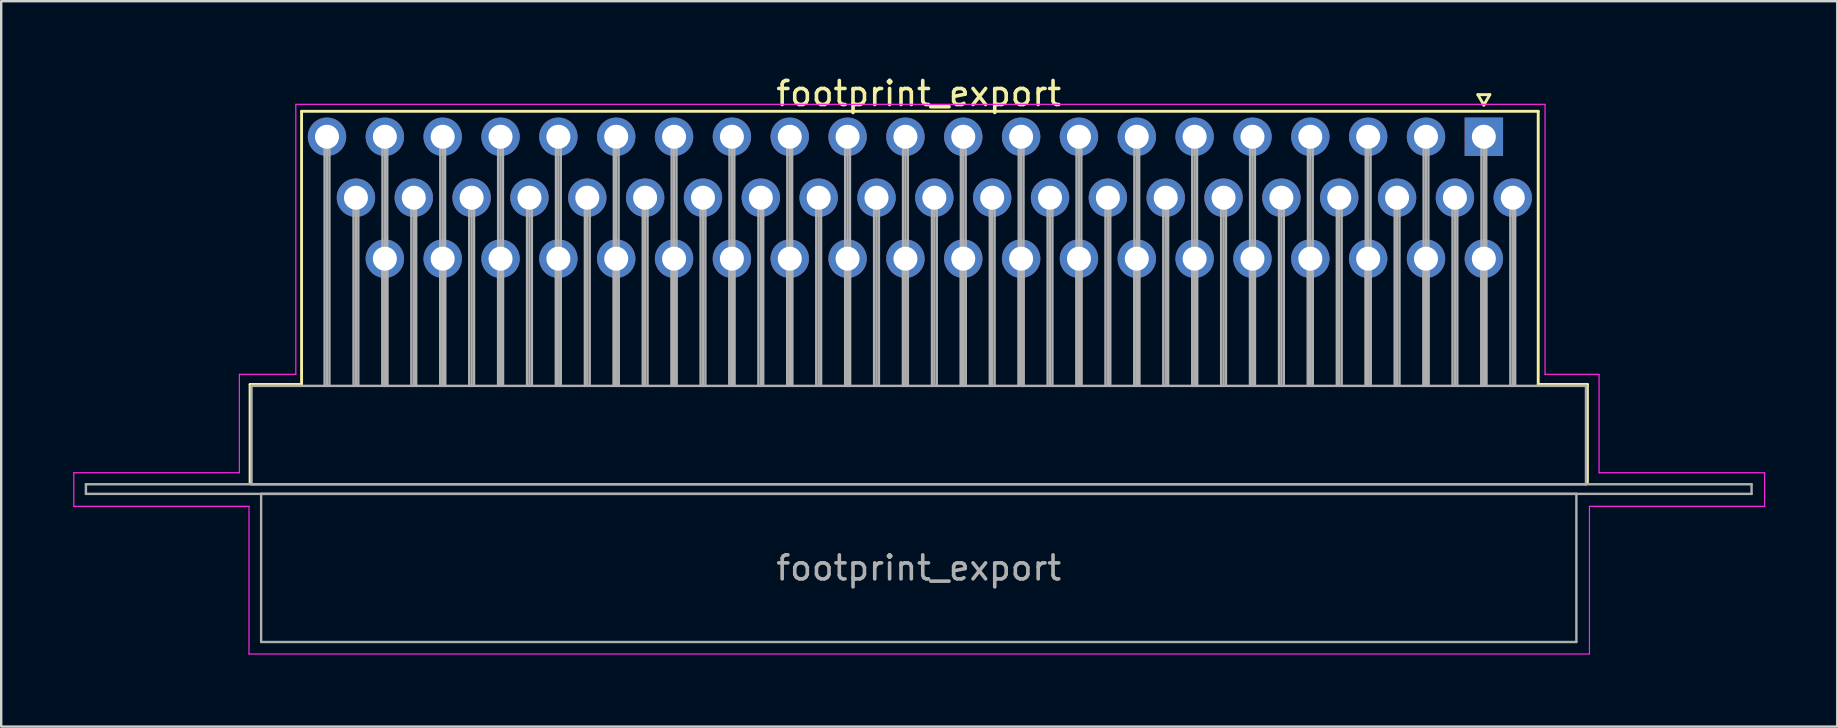
<source format=kicad_pcb>
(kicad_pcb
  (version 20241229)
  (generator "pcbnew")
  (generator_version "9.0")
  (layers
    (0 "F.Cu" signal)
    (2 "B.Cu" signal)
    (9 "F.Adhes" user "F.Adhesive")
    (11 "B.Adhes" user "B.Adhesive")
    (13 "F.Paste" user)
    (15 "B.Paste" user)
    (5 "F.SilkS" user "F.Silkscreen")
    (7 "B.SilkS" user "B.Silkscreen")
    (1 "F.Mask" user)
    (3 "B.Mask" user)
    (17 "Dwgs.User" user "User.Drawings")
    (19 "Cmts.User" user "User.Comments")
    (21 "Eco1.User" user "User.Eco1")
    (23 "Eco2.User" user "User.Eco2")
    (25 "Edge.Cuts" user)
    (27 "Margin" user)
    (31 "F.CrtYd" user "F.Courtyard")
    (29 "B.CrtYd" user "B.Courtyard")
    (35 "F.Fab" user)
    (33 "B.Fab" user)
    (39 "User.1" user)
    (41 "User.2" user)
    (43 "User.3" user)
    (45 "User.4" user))
  (footprint "footprint_export"
    (layer "F.Cu")
    (at 58.775 2.648)
    (property "Reference" "footprint_export" (at -23.545 -1.8 0) (layer "F.SilkS") (effects (font (size 1 1) (thickness 0.15))))
    (attr through_hole)
    (fp_line (start -51.405 10.32) (end -49.26 10.32) (stroke (width 0.12) (type solid)) (layer "F.SilkS"))
    (fp_line (start -51.405 14.42) (end -51.405 10.32) (stroke (width 0.12) (type solid)) (layer "F.SilkS"))
    (fp_line (start -49.26 -1.06) (end 2.265 -1.06) (stroke (width 0.12) (type solid)) (layer "F.SilkS"))
    (fp_line (start -49.26 10.32) (end -49.26 -1.06) (stroke (width 0.12) (type solid)) (layer "F.SilkS"))
    (fp_line (start -0.25 -1.754) (end 0.25 -1.754) (stroke (width 0.12) (type solid)) (layer "F.SilkS"))
    (fp_line (start 0 -1.321) (end -0.25 -1.754) (stroke (width 0.12) (type solid)) (layer "F.SilkS"))
    (fp_line (start 0.25 -1.754) (end 0 -1.321) (stroke (width 0.12) (type solid)) (layer "F.SilkS"))
    (fp_line (start 2.265 -1.06) (end 2.265 10.32) (stroke (width 0.12) (type solid)) (layer "F.SilkS"))
    (fp_line (start 2.265 10.32) (end 4.315 10.32) (stroke (width 0.12) (type solid)) (layer "F.SilkS"))
    (fp_line (start 4.315 10.32) (end 4.315 14.42) (stroke (width 0.12) (type solid)) (layer "F.SilkS"))
    (fp_line (start -58.75 14) (end -51.85 14) (stroke (width 0.05) (type solid)) (layer "F.CrtYd"))
    (fp_line (start -58.75 15.4) (end -58.75 14) (stroke (width 0.05) (type solid)) (layer "F.CrtYd"))
    (fp_line (start -51.85 9.9) (end -49.5 9.9) (stroke (width 0.05) (type solid)) (layer "F.CrtYd"))
    (fp_line (start -51.85 14) (end -51.85 9.9) (stroke (width 0.05) (type solid)) (layer "F.CrtYd"))
    (fp_line (start -51.45 15.4) (end -58.75 15.4) (stroke (width 0.05) (type solid)) (layer "F.CrtYd"))
    (fp_line (start -51.45 21.55) (end -51.45 15.4) (stroke (width 0.05) (type solid)) (layer "F.CrtYd"))
    (fp_line (start -49.5 -1.35) (end 2.55 -1.35) (stroke (width 0.05) (type solid)) (layer "F.CrtYd"))
    (fp_line (start -49.5 9.9) (end -49.5 -1.35) (stroke (width 0.05) (type solid)) (layer "F.CrtYd"))
    (fp_line (start 2.55 -1.35) (end 2.55 9.9) (stroke (width 0.05) (type solid)) (layer "F.CrtYd"))
    (fp_line (start 2.55 9.9) (end 4.8 9.9) (stroke (width 0.05) (type solid)) (layer "F.CrtYd"))
    (fp_line (start 4.4 15.4) (end 4.4 21.55) (stroke (width 0.05) (type solid)) (layer "F.CrtYd"))
    (fp_line (start 4.4 21.55) (end -51.45 21.55) (stroke (width 0.05) (type solid)) (layer "F.CrtYd"))
    (fp_line (start 4.8 9.9) (end 4.8 14) (stroke (width 0.05) (type solid)) (layer "F.CrtYd"))
    (fp_line (start 4.8 14) (end 11.7 14) (stroke (width 0.05) (type solid)) (layer "F.CrtYd"))
    (fp_line (start 11.7 14) (end 11.7 15.4) (stroke (width 0.05) (type solid)) (layer "F.CrtYd"))
    (fp_line (start 11.7 15.4) (end 4.4 15.4) (stroke (width 0.05) (type solid)) (layer "F.CrtYd"))
    (fp_line (start -58.245 14.48) (end -58.245 14.88) (stroke (width 0.1) (type solid)) (layer "F.Fab"))
    (fp_line (start -58.245 14.88) (end 11.155 14.88) (stroke (width 0.1) (type solid)) (layer "F.Fab"))
    (fp_line (start -51.345 10.38) (end -51.345 14.48) (stroke (width 0.1) (type solid)) (layer "F.Fab"))
    (fp_line (start -51.345 14.48) (end 4.255 14.48) (stroke (width 0.1) (type solid)) (layer "F.Fab"))
    (fp_line (start -50.945 14.88) (end -50.945 21.05) (stroke (width 0.1) (type solid)) (layer "F.Fab"))
    (fp_line (start -50.945 21.05) (end 3.855 21.05) (stroke (width 0.1) (type solid)) (layer "F.Fab"))
    (fp_line (start -48.3 0) (end -48.3 10.38) (stroke (width 0.1) (type solid)) (layer "F.Fab"))
    (fp_line (start -48.2 0) (end -48.2 10.38) (stroke (width 0.1) (type solid)) (layer "F.Fab"))
    (fp_line (start -48.1 0) (end -48.1 10.38) (stroke (width 0.1) (type solid)) (layer "F.Fab"))
    (fp_line (start -47.095 2.54) (end -47.095 10.38) (stroke (width 0.1) (type solid)) (layer "F.Fab"))
    (fp_line (start -46.995 2.54) (end -46.995 10.38) (stroke (width 0.1) (type solid)) (layer "F.Fab"))
    (fp_line (start -46.895 2.54) (end -46.895 10.38) (stroke (width 0.1) (type solid)) (layer "F.Fab"))
    (fp_line (start -45.89 0) (end -45.89 10.38) (stroke (width 0.1) (type solid)) (layer "F.Fab"))
    (fp_line (start -45.89 5.08) (end -45.89 10.38) (stroke (width 0.1) (type solid)) (layer "F.Fab"))
    (fp_line (start -45.79 0) (end -45.79 10.38) (stroke (width 0.1) (type solid)) (layer "F.Fab"))
    (fp_line (start -45.79 5.08) (end -45.79 10.38) (stroke (width 0.1) (type solid)) (layer "F.Fab"))
    (fp_line (start -45.69 0) (end -45.69 10.38) (stroke (width 0.1) (type solid)) (layer "F.Fab"))
    (fp_line (start -45.69 5.08) (end -45.69 10.38) (stroke (width 0.1) (type solid)) (layer "F.Fab"))
    (fp_line (start -44.685 2.54) (end -44.685 10.38) (stroke (width 0.1) (type solid)) (layer "F.Fab"))
    (fp_line (start -44.585 2.54) (end -44.585 10.38) (stroke (width 0.1) (type solid)) (layer "F.Fab"))
    (fp_line (start -44.485 2.54) (end -44.485 10.38) (stroke (width 0.1) (type solid)) (layer "F.Fab"))
    (fp_line (start -43.48 0) (end -43.48 10.38) (stroke (width 0.1) (type solid)) (layer "F.Fab"))
    (fp_line (start -43.48 5.08) (end -43.48 10.38) (stroke (width 0.1) (type solid)) (layer "F.Fab"))
    (fp_line (start -43.38 0) (end -43.38 10.38) (stroke (width 0.1) (type solid)) (layer "F.Fab"))
    (fp_line (start -43.38 5.08) (end -43.38 10.38) (stroke (width 0.1) (type solid)) (layer "F.Fab"))
    (fp_line (start -43.28 0) (end -43.28 10.38) (stroke (width 0.1) (type solid)) (layer "F.Fab"))
    (fp_line (start -43.28 5.08) (end -43.28 10.38) (stroke (width 0.1) (type solid)) (layer "F.Fab"))
    (fp_line (start -42.275 2.54) (end -42.275 10.38) (stroke (width 0.1) (type solid)) (layer "F.Fab"))
    (fp_line (start -42.175 2.54) (end -42.175 10.38) (stroke (width 0.1) (type solid)) (layer "F.Fab"))
    (fp_line (start -42.075 2.54) (end -42.075 10.38) (stroke (width 0.1) (type solid)) (layer "F.Fab"))
    (fp_line (start -41.07 0) (end -41.07 10.38) (stroke (width 0.1) (type solid)) (layer "F.Fab"))
    (fp_line (start -41.07 5.08) (end -41.07 10.38) (stroke (width 0.1) (type solid)) (layer "F.Fab"))
    (fp_line (start -40.97 0) (end -40.97 10.38) (stroke (width 0.1) (type solid)) (layer "F.Fab"))
    (fp_line (start -40.97 5.08) (end -40.97 10.38) (stroke (width 0.1) (type solid)) (layer "F.Fab"))
    (fp_line (start -40.87 0) (end -40.87 10.38) (stroke (width 0.1) (type solid)) (layer "F.Fab"))
    (fp_line (start -40.87 5.08) (end -40.87 10.38) (stroke (width 0.1) (type solid)) (layer "F.Fab"))
    (fp_line (start -39.865 2.54) (end -39.865 10.38) (stroke (width 0.1) (type solid)) (layer "F.Fab"))
    (fp_line (start -39.765 2.54) (end -39.765 10.38) (stroke (width 0.1) (type solid)) (layer "F.Fab"))
    (fp_line (start -39.665 2.54) (end -39.665 10.38) (stroke (width 0.1) (type solid)) (layer "F.Fab"))
    (fp_line (start -38.66 0) (end -38.66 10.38) (stroke (width 0.1) (type solid)) (layer "F.Fab"))
    (fp_line (start -38.66 5.08) (end -38.66 10.38) (stroke (width 0.1) (type solid)) (layer "F.Fab"))
    (fp_line (start -38.56 0) (end -38.56 10.38) (stroke (width 0.1) (type solid)) (layer "F.Fab"))
    (fp_line (start -38.56 5.08) (end -38.56 10.38) (stroke (width 0.1) (type solid)) (layer "F.Fab"))
    (fp_line (start -38.46 0) (end -38.46 10.38) (stroke (width 0.1) (type solid)) (layer "F.Fab"))
    (fp_line (start -38.46 5.08) (end -38.46 10.38) (stroke (width 0.1) (type solid)) (layer "F.Fab"))
    (fp_line (start -37.455 2.54) (end -37.455 10.38) (stroke (width 0.1) (type solid)) (layer "F.Fab"))
    (fp_line (start -37.355 2.54) (end -37.355 10.38) (stroke (width 0.1) (type solid)) (layer "F.Fab"))
    (fp_line (start -37.255 2.54) (end -37.255 10.38) (stroke (width 0.1) (type solid)) (layer "F.Fab"))
    (fp_line (start -36.25 0) (end -36.25 10.38) (stroke (width 0.1) (type solid)) (layer "F.Fab"))
    (fp_line (start -36.25 5.08) (end -36.25 10.38) (stroke (width 0.1) (type solid)) (layer "F.Fab"))
    (fp_line (start -36.15 0) (end -36.15 10.38) (stroke (width 0.1) (type solid)) (layer "F.Fab"))
    (fp_line (start -36.15 5.08) (end -36.15 10.38) (stroke (width 0.1) (type solid)) (layer "F.Fab"))
    (fp_line (start -36.05 0) (end -36.05 10.38) (stroke (width 0.1) (type solid)) (layer "F.Fab"))
    (fp_line (start -36.05 5.08) (end -36.05 10.38) (stroke (width 0.1) (type solid)) (layer "F.Fab"))
    (fp_line (start -35.045 2.54) (end -35.045 10.38) (stroke (width 0.1) (type solid)) (layer "F.Fab"))
    (fp_line (start -34.945 2.54) (end -34.945 10.38) (stroke (width 0.1) (type solid)) (layer "F.Fab"))
    (fp_line (start -34.845 2.54) (end -34.845 10.38) (stroke (width 0.1) (type solid)) (layer "F.Fab"))
    (fp_line (start -33.84 0) (end -33.84 10.38) (stroke (width 0.1) (type solid)) (layer "F.Fab"))
    (fp_line (start -33.84 5.08) (end -33.84 10.38) (stroke (width 0.1) (type solid)) (layer "F.Fab"))
    (fp_line (start -33.74 0) (end -33.74 10.38) (stroke (width 0.1) (type solid)) (layer "F.Fab"))
    (fp_line (start -33.74 5.08) (end -33.74 10.38) (stroke (width 0.1) (type solid)) (layer "F.Fab"))
    (fp_line (start -33.64 0) (end -33.64 10.38) (stroke (width 0.1) (type solid)) (layer "F.Fab"))
    (fp_line (start -33.64 5.08) (end -33.64 10.38) (stroke (width 0.1) (type solid)) (layer "F.Fab"))
    (fp_line (start -32.635 2.54) (end -32.635 10.38) (stroke (width 0.1) (type solid)) (layer "F.Fab"))
    (fp_line (start -32.535 2.54) (end -32.535 10.38) (stroke (width 0.1) (type solid)) (layer "F.Fab"))
    (fp_line (start -32.435 2.54) (end -32.435 10.38) (stroke (width 0.1) (type solid)) (layer "F.Fab"))
    (fp_line (start -31.43 0) (end -31.43 10.38) (stroke (width 0.1) (type solid)) (layer "F.Fab"))
    (fp_line (start -31.43 5.08) (end -31.43 10.38) (stroke (width 0.1) (type solid)) (layer "F.Fab"))
    (fp_line (start -31.33 0) (end -31.33 10.38) (stroke (width 0.1) (type solid)) (layer "F.Fab"))
    (fp_line (start -31.33 5.08) (end -31.33 10.38) (stroke (width 0.1) (type solid)) (layer "F.Fab"))
    (fp_line (start -31.23 0) (end -31.23 10.38) (stroke (width 0.1) (type solid)) (layer "F.Fab"))
    (fp_line (start -31.23 5.08) (end -31.23 10.38) (stroke (width 0.1) (type solid)) (layer "F.Fab"))
    (fp_line (start -30.225 2.54) (end -30.225 10.38) (stroke (width 0.1) (type solid)) (layer "F.Fab"))
    (fp_line (start -30.125 2.54) (end -30.125 10.38) (stroke (width 0.1) (type solid)) (layer "F.Fab"))
    (fp_line (start -30.025 2.54) (end -30.025 10.38) (stroke (width 0.1) (type solid)) (layer "F.Fab"))
    (fp_line (start -29.02 0) (end -29.02 10.38) (stroke (width 0.1) (type solid)) (layer "F.Fab"))
    (fp_line (start -29.02 5.08) (end -29.02 10.38) (stroke (width 0.1) (type solid)) (layer "F.Fab"))
    (fp_line (start -28.92 0) (end -28.92 10.38) (stroke (width 0.1) (type solid)) (layer "F.Fab"))
    (fp_line (start -28.92 5.08) (end -28.92 10.38) (stroke (width 0.1) (type solid)) (layer "F.Fab"))
    (fp_line (start -28.82 0) (end -28.82 10.38) (stroke (width 0.1) (type solid)) (layer "F.Fab"))
    (fp_line (start -28.82 5.08) (end -28.82 10.38) (stroke (width 0.1) (type solid)) (layer "F.Fab"))
    (fp_line (start -27.815 2.54) (end -27.815 10.38) (stroke (width 0.1) (type solid)) (layer "F.Fab"))
    (fp_line (start -27.715 2.54) (end -27.715 10.38) (stroke (width 0.1) (type solid)) (layer "F.Fab"))
    (fp_line (start -27.615 2.54) (end -27.615 10.38) (stroke (width 0.1) (type solid)) (layer "F.Fab"))
    (fp_line (start -26.61 0) (end -26.61 10.38) (stroke (width 0.1) (type solid)) (layer "F.Fab"))
    (fp_line (start -26.61 5.08) (end -26.61 10.38) (stroke (width 0.1) (type solid)) (layer "F.Fab"))
    (fp_line (start -26.51 0) (end -26.51 10.38) (stroke (width 0.1) (type solid)) (layer "F.Fab"))
    (fp_line (start -26.51 5.08) (end -26.51 10.38) (stroke (width 0.1) (type solid)) (layer "F.Fab"))
    (fp_line (start -26.41 0) (end -26.41 10.38) (stroke (width 0.1) (type solid)) (layer "F.Fab"))
    (fp_line (start -26.41 5.08) (end -26.41 10.38) (stroke (width 0.1) (type solid)) (layer "F.Fab"))
    (fp_line (start -25.405 2.54) (end -25.405 10.38) (stroke (width 0.1) (type solid)) (layer "F.Fab"))
    (fp_line (start -25.305 2.54) (end -25.305 10.38) (stroke (width 0.1) (type solid)) (layer "F.Fab"))
    (fp_line (start -25.205 2.54) (end -25.205 10.38) (stroke (width 0.1) (type solid)) (layer "F.Fab"))
    (fp_line (start -24.2 0) (end -24.2 10.38) (stroke (width 0.1) (type solid)) (layer "F.Fab"))
    (fp_line (start -24.2 5.08) (end -24.2 10.38) (stroke (width 0.1) (type solid)) (layer "F.Fab"))
    (fp_line (start -24.1 0) (end -24.1 10.38) (stroke (width 0.1) (type solid)) (layer "F.Fab"))
    (fp_line (start -24.1 5.08) (end -24.1 10.38) (stroke (width 0.1) (type solid)) (layer "F.Fab"))
    (fp_line (start -24 0) (end -24 10.38) (stroke (width 0.1) (type solid)) (layer "F.Fab"))
    (fp_line (start -24 5.08) (end -24 10.38) (stroke (width 0.1) (type solid)) (layer "F.Fab"))
    (fp_line (start -22.995 2.54) (end -22.995 10.38) (stroke (width 0.1) (type solid)) (layer "F.Fab"))
    (fp_line (start -22.895 2.54) (end -22.895 10.38) (stroke (width 0.1) (type solid)) (layer "F.Fab"))
    (fp_line (start -22.795 2.54) (end -22.795 10.38) (stroke (width 0.1) (type solid)) (layer "F.Fab"))
    (fp_line (start -21.79 0) (end -21.79 10.38) (stroke (width 0.1) (type solid)) (layer "F.Fab"))
    (fp_line (start -21.79 5.08) (end -21.79 10.38) (stroke (width 0.1) (type solid)) (layer "F.Fab"))
    (fp_line (start -21.69 0) (end -21.69 10.38) (stroke (width 0.1) (type solid)) (layer "F.Fab"))
    (fp_line (start -21.69 5.08) (end -21.69 10.38) (stroke (width 0.1) (type solid)) (layer "F.Fab"))
    (fp_line (start -21.59 0) (end -21.59 10.38) (stroke (width 0.1) (type solid)) (layer "F.Fab"))
    (fp_line (start -21.59 5.08) (end -21.59 10.38) (stroke (width 0.1) (type solid)) (layer "F.Fab"))
    (fp_line (start -20.585 2.54) (end -20.585 10.38) (stroke (width 0.1) (type solid)) (layer "F.Fab"))
    (fp_line (start -20.485 2.54) (end -20.485 10.38) (stroke (width 0.1) (type solid)) (layer "F.Fab"))
    (fp_line (start -20.385 2.54) (end -20.385 10.38) (stroke (width 0.1) (type solid)) (layer "F.Fab"))
    (fp_line (start -19.38 0) (end -19.38 10.38) (stroke (width 0.1) (type solid)) (layer "F.Fab"))
    (fp_line (start -19.38 5.08) (end -19.38 10.38) (stroke (width 0.1) (type solid)) (layer "F.Fab"))
    (fp_line (start -19.28 0) (end -19.28 10.38) (stroke (width 0.1) (type solid)) (layer "F.Fab"))
    (fp_line (start -19.28 5.08) (end -19.28 10.38) (stroke (width 0.1) (type solid)) (layer "F.Fab"))
    (fp_line (start -19.18 0) (end -19.18 10.38) (stroke (width 0.1) (type solid)) (layer "F.Fab"))
    (fp_line (start -19.18 5.08) (end -19.18 10.38) (stroke (width 0.1) (type solid)) (layer "F.Fab"))
    (fp_line (start -18.175 2.54) (end -18.175 10.38) (stroke (width 0.1) (type solid)) (layer "F.Fab"))
    (fp_line (start -18.075 2.54) (end -18.075 10.38) (stroke (width 0.1) (type solid)) (layer "F.Fab"))
    (fp_line (start -17.975 2.54) (end -17.975 10.38) (stroke (width 0.1) (type solid)) (layer "F.Fab"))
    (fp_line (start -16.97 0) (end -16.97 10.38) (stroke (width 0.1) (type solid)) (layer "F.Fab"))
    (fp_line (start -16.97 5.08) (end -16.97 10.38) (stroke (width 0.1) (type solid)) (layer "F.Fab"))
    (fp_line (start -16.87 0) (end -16.87 10.38) (stroke (width 0.1) (type solid)) (layer "F.Fab"))
    (fp_line (start -16.87 5.08) (end -16.87 10.38) (stroke (width 0.1) (type solid)) (layer "F.Fab"))
    (fp_line (start -16.77 0) (end -16.77 10.38) (stroke (width 0.1) (type solid)) (layer "F.Fab"))
    (fp_line (start -16.77 5.08) (end -16.77 10.38) (stroke (width 0.1) (type solid)) (layer "F.Fab"))
    (fp_line (start -15.765 2.54) (end -15.765 10.38) (stroke (width 0.1) (type solid)) (layer "F.Fab"))
    (fp_line (start -15.665 2.54) (end -15.665 10.38) (stroke (width 0.1) (type solid)) (layer "F.Fab"))
    (fp_line (start -15.565 2.54) (end -15.565 10.38) (stroke (width 0.1) (type solid)) (layer "F.Fab"))
    (fp_line (start -14.56 0) (end -14.56 10.38) (stroke (width 0.1) (type solid)) (layer "F.Fab"))
    (fp_line (start -14.56 5.08) (end -14.56 10.38) (stroke (width 0.1) (type solid)) (layer "F.Fab"))
    (fp_line (start -14.46 0) (end -14.46 10.38) (stroke (width 0.1) (type solid)) (layer "F.Fab"))
    (fp_line (start -14.46 5.08) (end -14.46 10.38) (stroke (width 0.1) (type solid)) (layer "F.Fab"))
    (fp_line (start -14.36 0) (end -14.36 10.38) (stroke (width 0.1) (type solid)) (layer "F.Fab"))
    (fp_line (start -14.36 5.08) (end -14.36 10.38) (stroke (width 0.1) (type solid)) (layer "F.Fab"))
    (fp_line (start -13.355 2.54) (end -13.355 10.38) (stroke (width 0.1) (type solid)) (layer "F.Fab"))
    (fp_line (start -13.255 2.54) (end -13.255 10.38) (stroke (width 0.1) (type solid)) (layer "F.Fab"))
    (fp_line (start -13.155 2.54) (end -13.155 10.38) (stroke (width 0.1) (type solid)) (layer "F.Fab"))
    (fp_line (start -12.15 0) (end -12.15 10.38) (stroke (width 0.1) (type solid)) (layer "F.Fab"))
    (fp_line (start -12.15 5.08) (end -12.15 10.38) (stroke (width 0.1) (type solid)) (layer "F.Fab"))
    (fp_line (start -12.05 0) (end -12.05 10.38) (stroke (width 0.1) (type solid)) (layer "F.Fab"))
    (fp_line (start -12.05 5.08) (end -12.05 10.38) (stroke (width 0.1) (type solid)) (layer "F.Fab"))
    (fp_line (start -11.95 0) (end -11.95 10.38) (stroke (width 0.1) (type solid)) (layer "F.Fab"))
    (fp_line (start -11.95 5.08) (end -11.95 10.38) (stroke (width 0.1) (type solid)) (layer "F.Fab"))
    (fp_line (start -10.945 2.54) (end -10.945 10.38) (stroke (width 0.1) (type solid)) (layer "F.Fab"))
    (fp_line (start -10.845 2.54) (end -10.845 10.38) (stroke (width 0.1) (type solid)) (layer "F.Fab"))
    (fp_line (start -10.745 2.54) (end -10.745 10.38) (stroke (width 0.1) (type solid)) (layer "F.Fab"))
    (fp_line (start -9.74 0) (end -9.74 10.38) (stroke (width 0.1) (type solid)) (layer "F.Fab"))
    (fp_line (start -9.74 5.08) (end -9.74 10.38) (stroke (width 0.1) (type solid)) (layer "F.Fab"))
    (fp_line (start -9.64 0) (end -9.64 10.38) (stroke (width 0.1) (type solid)) (layer "F.Fab"))
    (fp_line (start -9.64 5.08) (end -9.64 10.38) (stroke (width 0.1) (type solid)) (layer "F.Fab"))
    (fp_line (start -9.54 0) (end -9.54 10.38) (stroke (width 0.1) (type solid)) (layer "F.Fab"))
    (fp_line (start -9.54 5.08) (end -9.54 10.38) (stroke (width 0.1) (type solid)) (layer "F.Fab"))
    (fp_line (start -8.535 2.54) (end -8.535 10.38) (stroke (width 0.1) (type solid)) (layer "F.Fab"))
    (fp_line (start -8.435 2.54) (end -8.435 10.38) (stroke (width 0.1) (type solid)) (layer "F.Fab"))
    (fp_line (start -8.335 2.54) (end -8.335 10.38) (stroke (width 0.1) (type solid)) (layer "F.Fab"))
    (fp_line (start -7.33 0) (end -7.33 10.38) (stroke (width 0.1) (type solid)) (layer "F.Fab"))
    (fp_line (start -7.33 5.08) (end -7.33 10.38) (stroke (width 0.1) (type solid)) (layer "F.Fab"))
    (fp_line (start -7.23 0) (end -7.23 10.38) (stroke (width 0.1) (type solid)) (layer "F.Fab"))
    (fp_line (start -7.23 5.08) (end -7.23 10.38) (stroke (width 0.1) (type solid)) (layer "F.Fab"))
    (fp_line (start -7.13 0) (end -7.13 10.38) (stroke (width 0.1) (type solid)) (layer "F.Fab"))
    (fp_line (start -7.13 5.08) (end -7.13 10.38) (stroke (width 0.1) (type solid)) (layer "F.Fab"))
    (fp_line (start -6.125 2.54) (end -6.125 10.38) (stroke (width 0.1) (type solid)) (layer "F.Fab"))
    (fp_line (start -6.025 2.54) (end -6.025 10.38) (stroke (width 0.1) (type solid)) (layer "F.Fab"))
    (fp_line (start -5.925 2.54) (end -5.925 10.38) (stroke (width 0.1) (type solid)) (layer "F.Fab"))
    (fp_line (start -4.92 0) (end -4.92 10.38) (stroke (width 0.1) (type solid)) (layer "F.Fab"))
    (fp_line (start -4.92 5.08) (end -4.92 10.38) (stroke (width 0.1) (type solid)) (layer "F.Fab"))
    (fp_line (start -4.82 0) (end -4.82 10.38) (stroke (width 0.1) (type solid)) (layer "F.Fab"))
    (fp_line (start -4.82 5.08) (end -4.82 10.38) (stroke (width 0.1) (type solid)) (layer "F.Fab"))
    (fp_line (start -4.72 0) (end -4.72 10.38) (stroke (width 0.1) (type solid)) (layer "F.Fab"))
    (fp_line (start -4.72 5.08) (end -4.72 10.38) (stroke (width 0.1) (type solid)) (layer "F.Fab"))
    (fp_line (start -3.715 2.54) (end -3.715 10.38) (stroke (width 0.1) (type solid)) (layer "F.Fab"))
    (fp_line (start -3.615 2.54) (end -3.615 10.38) (stroke (width 0.1) (type solid)) (layer "F.Fab"))
    (fp_line (start -3.515 2.54) (end -3.515 10.38) (stroke (width 0.1) (type solid)) (layer "F.Fab"))
    (fp_line (start -2.51 0) (end -2.51 10.38) (stroke (width 0.1) (type solid)) (layer "F.Fab"))
    (fp_line (start -2.51 5.08) (end -2.51 10.38) (stroke (width 0.1) (type solid)) (layer "F.Fab"))
    (fp_line (start -2.41 0) (end -2.41 10.38) (stroke (width 0.1) (type solid)) (layer "F.Fab"))
    (fp_line (start -2.41 5.08) (end -2.41 10.38) (stroke (width 0.1) (type solid)) (layer "F.Fab"))
    (fp_line (start -2.31 0) (end -2.31 10.38) (stroke (width 0.1) (type solid)) (layer "F.Fab"))
    (fp_line (start -2.31 5.08) (end -2.31 10.38) (stroke (width 0.1) (type solid)) (layer "F.Fab"))
    (fp_line (start -1.305 2.54) (end -1.305 10.38) (stroke (width 0.1) (type solid)) (layer "F.Fab"))
    (fp_line (start -1.205 2.54) (end -1.205 10.38) (stroke (width 0.1) (type solid)) (layer "F.Fab"))
    (fp_line (start -1.105 2.54) (end -1.105 10.38) (stroke (width 0.1) (type solid)) (layer "F.Fab"))
    (fp_line (start -0.1 0) (end -0.1 10.38) (stroke (width 0.1) (type solid)) (layer "F.Fab"))
    (fp_line (start -0.1 5.08) (end -0.1 10.38) (stroke (width 0.1) (type solid)) (layer "F.Fab"))
    (fp_line (start 0 0) (end 0 10.38) (stroke (width 0.1) (type solid)) (layer "F.Fab"))
    (fp_line (start 0 5.08) (end 0 10.38) (stroke (width 0.1) (type solid)) (layer "F.Fab"))
    (fp_line (start 0.1 0) (end 0.1 10.38) (stroke (width 0.1) (type solid)) (layer "F.Fab"))
    (fp_line (start 0.1 5.08) (end 0.1 10.38) (stroke (width 0.1) (type solid)) (layer "F.Fab"))
    (fp_line (start 1.105 2.54) (end 1.105 10.38) (stroke (width 0.1) (type solid)) (layer "F.Fab"))
    (fp_line (start 1.205 2.54) (end 1.205 10.38) (stroke (width 0.1) (type solid)) (layer "F.Fab"))
    (fp_line (start 1.305 2.54) (end 1.305 10.38) (stroke (width 0.1) (type solid)) (layer "F.Fab"))
    (fp_line (start 3.855 14.88) (end -50.945 14.88) (stroke (width 0.1) (type solid)) (layer "F.Fab"))
    (fp_line (start 3.855 21.05) (end 3.855 14.88) (stroke (width 0.1) (type solid)) (layer "F.Fab"))
    (fp_line (start 4.255 10.38) (end -51.345 10.38) (stroke (width 0.1) (type solid)) (layer "F.Fab"))
    (fp_line (start 4.255 14.48) (end 4.255 10.38) (stroke (width 0.1) (type solid)) (layer "F.Fab"))
    (fp_line (start 11.155 14.48) (end -58.245 14.48) (stroke (width 0.1) (type solid)) (layer "F.Fab"))
    (fp_line (start 11.155 14.88) (end 11.155 14.48) (stroke (width 0.1) (type solid)) (layer "F.Fab"))
    (fp_text user "${REFERENCE}" (at -23.545 17.965 0) (layer "F.Fab") (effects (font (size 1 1) (thickness 0.15))))
    (pad "1" thru_hole rect (at 0 0) (size 1.6 1.6) (drill 1) (layers "*.Cu" "*.Mask"))
    (pad "2" thru_hole circle (at -2.41 0) (size 1.6 1.6) (drill 1) (layers "*.Cu" "*.Mask"))
    (pad "3" thru_hole circle (at -4.82 0) (size 1.6 1.6) (drill 1) (layers "*.Cu" "*.Mask"))
    (pad "4" thru_hole circle (at -7.23 0) (size 1.6 1.6) (drill 1) (layers "*.Cu" "*.Mask"))
    (pad "5" thru_hole circle (at -9.64 0) (size 1.6 1.6) (drill 1) (layers "*.Cu" "*.Mask"))
    (pad "6" thru_hole circle (at -12.05 0) (size 1.6 1.6) (drill 1) (layers "*.Cu" "*.Mask"))
    (pad "7" thru_hole circle (at -14.46 0) (size 1.6 1.6) (drill 1) (layers "*.Cu" "*.Mask"))
    (pad "8" thru_hole circle (at -16.87 0) (size 1.6 1.6) (drill 1) (layers "*.Cu" "*.Mask"))
    (pad "9" thru_hole circle (at -19.28 0) (size 1.6 1.6) (drill 1) (layers "*.Cu" "*.Mask"))
    (pad "10" thru_hole circle (at -21.69 0) (size 1.6 1.6) (drill 1) (layers "*.Cu" "*.Mask"))
    (pad "11" thru_hole circle (at -24.1 0) (size 1.6 1.6) (drill 1) (layers "*.Cu" "*.Mask"))
    (pad "12" thru_hole circle (at -26.51 0) (size 1.6 1.6) (drill 1) (layers "*.Cu" "*.Mask"))
    (pad "13" thru_hole circle (at -28.92 0) (size 1.6 1.6) (drill 1) (layers "*.Cu" "*.Mask"))
    (pad "14" thru_hole circle (at -31.33 0) (size 1.6 1.6) (drill 1) (layers "*.Cu" "*.Mask"))
    (pad "15" thru_hole circle (at -33.74 0) (size 1.6 1.6) (drill 1) (layers "*.Cu" "*.Mask"))
    (pad "16" thru_hole circle (at -36.15 0) (size 1.6 1.6) (drill 1) (layers "*.Cu" "*.Mask"))
    (pad "17" thru_hole circle (at -38.56 0) (size 1.6 1.6) (drill 1) (layers "*.Cu" "*.Mask"))
    (pad "18" thru_hole circle (at -40.97 0) (size 1.6 1.6) (drill 1) (layers "*.Cu" "*.Mask"))
    (pad "19" thru_hole circle (at -43.38 0) (size 1.6 1.6) (drill 1) (layers "*.Cu" "*.Mask"))
    (pad "20" thru_hole circle (at -45.79 0) (size 1.6 1.6) (drill 1) (layers "*.Cu" "*.Mask"))
    (pad "21" thru_hole circle (at -48.2 0) (size 1.6 1.6) (drill 1) (layers "*.Cu" "*.Mask"))
    (pad "22" thru_hole circle (at 1.205 2.54) (size 1.6 1.6) (drill 1) (layers "*.Cu" "*.Mask"))
    (pad "23" thru_hole circle (at -1.205 2.54) (size 1.6 1.6) (drill 1) (layers "*.Cu" "*.Mask"))
    (pad "24" thru_hole circle (at -3.615 2.54) (size 1.6 1.6) (drill 1) (layers "*.Cu" "*.Mask"))
    (pad "25" thru_hole circle (at -6.025 2.54) (size 1.6 1.6) (drill 1) (layers "*.Cu" "*.Mask"))
    (pad "26" thru_hole circle (at -8.435 2.54) (size 1.6 1.6) (drill 1) (layers "*.Cu" "*.Mask"))
    (pad "27" thru_hole circle (at -10.845 2.54) (size 1.6 1.6) (drill 1) (layers "*.Cu" "*.Mask"))
    (pad "28" thru_hole circle (at -13.255 2.54) (size 1.6 1.6) (drill 1) (layers "*.Cu" "*.Mask"))
    (pad "29" thru_hole circle (at -15.665 2.54) (size 1.6 1.6) (drill 1) (layers "*.Cu" "*.Mask"))
    (pad "30" thru_hole circle (at -18.075 2.54) (size 1.6 1.6) (drill 1) (layers "*.Cu" "*.Mask"))
    (pad "31" thru_hole circle (at -20.485 2.54) (size 1.6 1.6) (drill 1) (layers "*.Cu" "*.Mask"))
    (pad "32" thru_hole circle (at -22.895 2.54) (size 1.6 1.6) (drill 1) (layers "*.Cu" "*.Mask"))
    (pad "33" thru_hole circle (at -25.305 2.54) (size 1.6 1.6) (drill 1) (layers "*.Cu" "*.Mask"))
    (pad "34" thru_hole circle (at -27.715 2.54) (size 1.6 1.6) (drill 1) (layers "*.Cu" "*.Mask"))
    (pad "35" thru_hole circle (at -30.125 2.54) (size 1.6 1.6) (drill 1) (layers "*.Cu" "*.Mask"))
    (pad "36" thru_hole circle (at -32.535 2.54) (size 1.6 1.6) (drill 1) (layers "*.Cu" "*.Mask"))
    (pad "37" thru_hole circle (at -34.945 2.54) (size 1.6 1.6) (drill 1) (layers "*.Cu" "*.Mask"))
    (pad "38" thru_hole circle (at -37.355 2.54) (size 1.6 1.6) (drill 1) (layers "*.Cu" "*.Mask"))
    (pad "39" thru_hole circle (at -39.765 2.54) (size 1.6 1.6) (drill 1) (layers "*.Cu" "*.Mask"))
    (pad "40" thru_hole circle (at -42.175 2.54) (size 1.6 1.6) (drill 1) (layers "*.Cu" "*.Mask"))
    (pad "41" thru_hole circle (at -44.585 2.54) (size 1.6 1.6) (drill 1) (layers "*.Cu" "*.Mask"))
    (pad "42" thru_hole circle (at -46.995 2.54) (size 1.6 1.6) (drill 1) (layers "*.Cu" "*.Mask"))
    (pad "43" thru_hole circle (at 0 5.08) (size 1.6 1.6) (drill 1) (layers "*.Cu" "*.Mask"))
    (pad "44" thru_hole circle (at -2.41 5.08) (size 1.6 1.6) (drill 1) (layers "*.Cu" "*.Mask"))
    (pad "45" thru_hole circle (at -4.82 5.08) (size 1.6 1.6) (drill 1) (layers "*.Cu" "*.Mask"))
    (pad "46" thru_hole circle (at -7.23 5.08) (size 1.6 1.6) (drill 1) (layers "*.Cu" "*.Mask"))
    (pad "47" thru_hole circle (at -9.64 5.08) (size 1.6 1.6) (drill 1) (layers "*.Cu" "*.Mask"))
    (pad "48" thru_hole circle (at -12.05 5.08) (size 1.6 1.6) (drill 1) (layers "*.Cu" "*.Mask"))
    (pad "49" thru_hole circle (at -14.46 5.08) (size 1.6 1.6) (drill 1) (layers "*.Cu" "*.Mask"))
    (pad "50" thru_hole circle (at -16.87 5.08) (size 1.6 1.6) (drill 1) (layers "*.Cu" "*.Mask"))
    (pad "51" thru_hole circle (at -19.28 5.08) (size 1.6 1.6) (drill 1) (layers "*.Cu" "*.Mask"))
    (pad "52" thru_hole circle (at -21.69 5.08) (size 1.6 1.6) (drill 1) (layers "*.Cu" "*.Mask"))
    (pad "53" thru_hole circle (at -24.1 5.08) (size 1.6 1.6) (drill 1) (layers "*.Cu" "*.Mask"))
    (pad "54" thru_hole circle (at -26.51 5.08) (size 1.6 1.6) (drill 1) (layers "*.Cu" "*.Mask"))
    (pad "55" thru_hole circle (at -28.92 5.08) (size 1.6 1.6) (drill 1) (layers "*.Cu" "*.Mask"))
    (pad "56" thru_hole circle (at -31.33 5.08) (size 1.6 1.6) (drill 1) (layers "*.Cu" "*.Mask"))
    (pad "57" thru_hole circle (at -33.74 5.08) (size 1.6 1.6) (drill 1) (layers "*.Cu" "*.Mask"))
    (pad "58" thru_hole circle (at -36.15 5.08) (size 1.6 1.6) (drill 1) (layers "*.Cu" "*.Mask"))
    (pad "59" thru_hole circle (at -38.56 5.08) (size 1.6 1.6) (drill 1) (layers "*.Cu" "*.Mask"))
    (pad "60" thru_hole circle (at -40.97 5.08) (size 1.6 1.6) (drill 1) (layers "*.Cu" "*.Mask"))
    (pad "61" thru_hole circle (at -43.38 5.08) (size 1.6 1.6) (drill 1) (layers "*.Cu" "*.Mask"))
    (pad "62" thru_hole circle (at -45.79 5.08) (size 1.6 1.6) (drill 1) (layers "*.Cu" "*.Mask")))
  (gr_rect
    (start -3 -3)
    (end 73.5 27.223)
    (stroke (width 0.1) (type default))
    (fill no)
    (layer "Edge.Cuts")))
</source>
